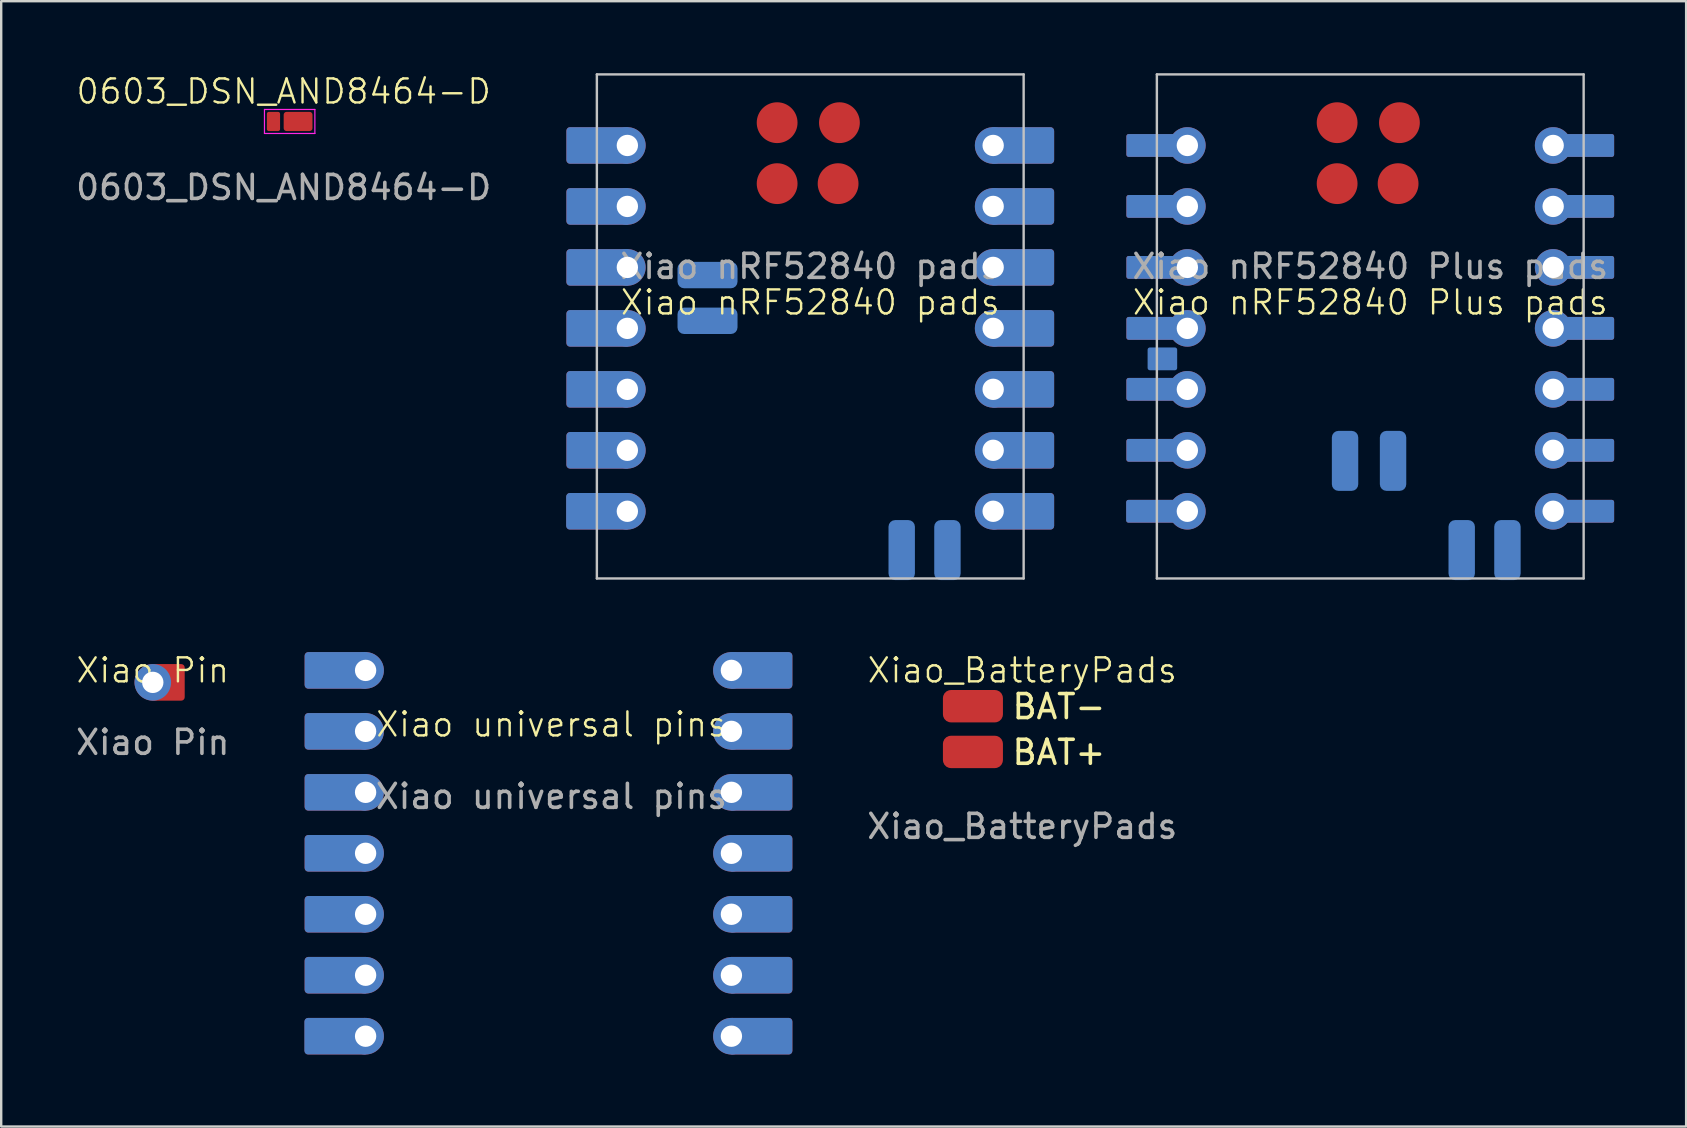
<source format=kicad_pcb>
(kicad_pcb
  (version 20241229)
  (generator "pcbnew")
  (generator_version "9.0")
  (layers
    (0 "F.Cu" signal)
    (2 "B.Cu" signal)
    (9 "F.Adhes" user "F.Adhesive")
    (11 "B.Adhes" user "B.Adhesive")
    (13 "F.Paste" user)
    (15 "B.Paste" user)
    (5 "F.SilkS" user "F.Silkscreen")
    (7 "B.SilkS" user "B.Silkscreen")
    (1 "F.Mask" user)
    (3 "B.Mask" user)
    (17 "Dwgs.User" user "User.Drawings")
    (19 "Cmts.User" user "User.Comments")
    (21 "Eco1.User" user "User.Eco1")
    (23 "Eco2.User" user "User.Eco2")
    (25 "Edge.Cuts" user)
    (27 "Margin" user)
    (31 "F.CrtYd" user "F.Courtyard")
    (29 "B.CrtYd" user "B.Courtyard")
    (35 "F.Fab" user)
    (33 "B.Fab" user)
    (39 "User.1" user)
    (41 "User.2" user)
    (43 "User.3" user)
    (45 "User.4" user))
  (footprint "Xiao nRF52840 Plus pads"
    (layer "F.Cu")
    (at 54.036 5.55)
    (property "Reference" "Xiao nRF52840 Plus pads" (at 0 4 0) (unlocked yes) (layer "F.SilkS") (effects (font (size 1 1) (thickness 0.1))))
    (attr smd)
    (fp_line (start -8.89 -5.5) (end 8.89 -5.5) (stroke (width 0.1) (type default)) (layer "Dwgs.User"))
    (fp_line (start -8.89 15.5) (end -8.89 -5.5) (stroke (width 0.1) (type default)) (layer "Dwgs.User"))
    (fp_line (start 8.89 15.5) (end -8.89 15.5) (stroke (width 0.1) (type default)) (layer "Dwgs.User"))
    (fp_line (start 8.89 15.5) (end 8.89 -5.5) (stroke (width 0.1) (type default)) (layer "Dwgs.User"))
    (fp_text user "${REFERENCE}" (at 0 2.5 0) (unlocked yes) (layer "F.Fab") (effects (font (size 1 1) (thickness 0.15))))
    (pad "1" smd roundrect (at -8.83 -2.54 180) (size 2.66 0.95) (layers "F.Cu" "F.Mask") (roundrect_rratio 0.1))
    (pad "1" smd roundrect (at -8.83 -2.54 180) (size 2.66 0.95) (layers "B.Cu" "B.Mask") (roundrect_rratio 0.1))
    (pad "1" thru_hole circle (at -7.62 -2.54 180) (size 1.524 1.524) (drill 0.889) (layers "*.Cu" "*.Mask"))
    (pad "2" smd roundrect (at -8.83 0 180) (size 2.66 0.95) (layers "F.Cu" "F.Mask") (roundrect_rratio 0.1))
    (pad "2" smd roundrect (at -8.83 0 180) (size 2.66 0.95) (layers "B.Cu" "B.Mask") (roundrect_rratio 0.1))
    (pad "2" thru_hole circle (at -7.62 0 180) (size 1.524 1.524) (drill 0.889) (layers "*.Cu" "*.Mask"))
    (pad "3" smd roundrect (at -8.83 2.54 180) (size 2.66 0.95) (layers "F.Cu" "F.Mask") (roundrect_rratio 0.1))
    (pad "3" smd roundrect (at -8.83 2.54 180) (size 2.66 0.95) (layers "B.Cu" "B.Mask") (roundrect_rratio 0.1))
    (pad "3" thru_hole circle (at -7.62 2.54 180) (size 1.524 1.524) (drill 0.889) (layers "*.Cu" "*.Mask"))
    (pad "4" smd roundrect (at -8.83 5.08 180) (size 2.66 0.95) (layers "F.Cu" "F.Mask") (roundrect_rratio 0.1))
    (pad "4" smd roundrect (at -8.83 5.08 180) (size 2.66 0.95) (layers "B.Cu" "B.Mask") (roundrect_rratio 0.1))
    (pad "4" thru_hole circle (at -7.62 5.08 180) (size 1.524 1.524) (drill 0.889) (layers "*.Cu" "*.Mask"))
    (pad "5" smd roundrect (at -8.83 7.62 180) (size 2.66 0.95) (layers "F.Cu" "F.Mask") (roundrect_rratio 0.1))
    (pad "5" smd roundrect (at -8.83 7.62 180) (size 2.66 0.95) (layers "B.Cu" "B.Mask") (roundrect_rratio 0.1))
    (pad "5" smd roundrect (at -8.66 6.35 180) (size 1.232 0.95) (layers "B.Cu" "B.Mask") (roundrect_rratio 0.1))
    (pad "5" thru_hole circle (at -7.62 7.62 180) (size 1.524 1.524) (drill 0.889) (layers "*.Cu" "*.Mask"))
    (pad "6" smd roundrect (at -8.83 10.16 180) (size 2.66 0.95) (layers "F.Cu" "F.Mask") (roundrect_rratio 0.1))
    (pad "6" smd roundrect (at -8.83 10.16 180) (size 2.66 0.95) (layers "B.Cu" "B.Mask") (roundrect_rratio 0.1))
    (pad "6" thru_hole circle (at -7.62 10.16 180) (size 1.524 1.524) (drill 0.889) (layers "*.Cu" "*.Mask"))
    (pad "7" smd roundrect (at -8.84 12.7 180) (size 2.66 0.95) (layers "B.Cu" "B.Mask") (roundrect_rratio 0.1))
    (pad "7" smd roundrect (at -8.83 12.7 180) (size 2.66 0.95) (layers "F.Cu" "F.Mask") (roundrect_rratio 0.1))
    (pad "7" thru_hole circle (at -7.62 12.7 180) (size 1.524 1.524) (drill 0.889) (layers "*.Cu" "*.Mask"))
    (pad "8" thru_hole circle (at 7.62 -2.54) (size 1.524 1.524) (drill 0.889) (layers "*.Cu" "*.Mask"))
    (pad "8" smd roundrect (at 8.83 -2.54) (size 2.66 0.95) (layers "F.Cu" "F.Mask") (roundrect_rratio 0.1))
    (pad "8" smd roundrect (at 8.83 -2.54) (size 2.66 0.95) (layers "B.Cu" "B.Mask") (roundrect_rratio 0.1))
    (pad "9" thru_hole circle (at 7.62 0) (size 1.524 1.524) (drill 0.889) (layers "*.Cu" "*.Mask"))
    (pad "9" smd roundrect (at 8.83 0) (size 2.66 0.95) (layers "F.Cu" "F.Mask") (roundrect_rratio 0.1))
    (pad "9" smd roundrect (at 8.83 0) (size 2.66 0.95) (layers "B.Cu" "B.Mask") (roundrect_rratio 0.1))
    (pad "10" thru_hole circle (at 7.62 2.54) (size 1.524 1.524) (drill 0.889) (layers "*.Cu" "*.Mask"))
    (pad "10" smd roundrect (at 8.83 2.54) (size 2.66 0.95) (layers "F.Cu" "F.Mask") (roundrect_rratio 0.1))
    (pad "10" smd roundrect (at 8.83 2.54) (size 2.66 0.95) (layers "B.Cu" "B.Mask") (roundrect_rratio 0.1))
    (pad "11" thru_hole circle (at 7.62 5.08) (size 1.524 1.524) (drill 0.889) (layers "*.Cu" "*.Mask"))
    (pad "11" smd roundrect (at 8.83 5.08) (size 2.66 0.95) (layers "F.Cu" "F.Mask") (roundrect_rratio 0.1))
    (pad "11" smd roundrect (at 8.83 5.08) (size 2.66 0.95) (layers "B.Cu" "B.Mask") (roundrect_rratio 0.1))
    (pad "12" thru_hole circle (at 7.62 7.62) (size 1.524 1.524) (drill 0.889) (layers "*.Cu" "*.Mask"))
    (pad "12" smd roundrect (at 8.83 7.62) (size 2.66 0.95) (layers "F.Cu" "F.Mask") (roundrect_rratio 0.1))
    (pad "12" smd roundrect (at 8.83 7.62) (size 2.66 0.95) (layers "B.Cu" "B.Mask") (roundrect_rratio 0.1))
    (pad "13" thru_hole circle (at 7.62 10.16) (size 1.524 1.524) (drill 0.889) (layers "*.Cu" "*.Mask"))
    (pad "13" smd roundrect (at 8.83 10.16) (size 2.66 0.95) (layers "F.Cu" "F.Mask") (roundrect_rratio 0.1))
    (pad "13" smd roundrect (at 8.83 10.16) (size 2.66 0.95) (layers "B.Cu" "B.Mask") (roundrect_rratio 0.1))
    (pad "14" thru_hole circle (at 7.62 12.7) (size 1.524 1.524) (drill 0.889) (layers "*.Cu" "*.Mask"))
    (pad "14" smd roundrect (at 8.83 12.7) (size 2.66 0.95) (layers "F.Cu" "F.Mask") (roundrect_rratio 0.1))
    (pad "14" smd roundrect (at 8.83 12.7) (size 2.66 0.95) (layers "B.Cu" "B.Mask") (roundrect_rratio 0.1))
    (pad "15" smd roundrect (at -1.05 10.6 270) (size 2.5 1.1) (layers "B.Cu" "B.Mask" "B.Paste") (roundrect_rratio 0.25))
    (pad "16" smd roundrect (at 0.95 10.6 270) (size 2.5 1.1) (layers "B.Cu" "B.Mask" "B.Paste") (roundrect_rratio 0.25))
    (pad "17" smd roundrect (at 3.81 14.317 90) (size 2.5 1.1) (layers "B.Cu" "B.Mask" "B.Paste") (roundrect_rratio 0.25))
    (pad "18" smd roundrect (at 5.715 14.317 90) (size 2.5 1.1) (layers "B.Cu" "B.Mask" "B.Paste") (roundrect_rratio 0.25))
    (pad "19" smd circle (at -1.38 -3.489) (size 1.7 1.7) (layers "F.Cu" "F.Mask" "F.Paste"))
    (pad "20" smd circle (at 1.215 -3.489) (size 1.7 1.7) (layers "F.Cu" "F.Mask" "F.Paste"))
    (pad "21" smd circle (at -1.38 -0.949) (size 1.7 1.7) (layers "F.Cu" "F.Mask" "F.Paste"))
    (pad "22" smd circle (at 1.16 -0.949) (size 1.7 1.7) (layers "F.Cu" "F.Mask" "F.Paste")))
  (footprint "Xiao nRF52840 pads"
    (layer "F.Cu")
    (at 30.706 5.55)
    (property "Reference" "Xiao nRF52840 pads" (at 0 4 0) (unlocked yes) (layer "F.SilkS") (effects (font (size 1 1) (thickness 0.1))))
    (attr smd)
    (fp_line (start -8.89 -5.5) (end 8.89 -5.5) (stroke (width 0.1) (type default)) (layer "Dwgs.User"))
    (fp_line (start -8.89 15.5) (end -8.89 -5.5) (stroke (width 0.1) (type default)) (layer "Dwgs.User"))
    (fp_line (start 8.89 15.5) (end -8.89 15.5) (stroke (width 0.1) (type default)) (layer "Dwgs.User"))
    (fp_line (start 8.89 15.5) (end 8.89 -5.5) (stroke (width 0.1) (type default)) (layer "Dwgs.User"))
    (fp_text user "${REFERENCE}" (at 0 2.5 0) (unlocked yes) (layer "F.Fab") (effects (font (size 1 1) (thickness 0.15))))
    (pad "1" smd roundrect (at -8.83 -2.54 180) (size 2.66 1.524) (layers "F.Cu" "F.Mask") (roundrect_rratio 0.1))
    (pad "1" smd roundrect (at -8.83 -2.54 180) (size 2.66 1.524) (layers "B.Cu" "B.Mask") (roundrect_rratio 0.1))
    (pad "1" thru_hole circle (at -7.62 -2.54 180) (size 1.524 1.524) (drill 0.889) (layers "*.Cu" "*.Mask"))
    (pad "2" smd roundrect (at -8.83 0 180) (size 2.66 1.524) (layers "F.Cu" "F.Mask") (roundrect_rratio 0.1))
    (pad "2" smd roundrect (at -8.83 0 180) (size 2.66 1.524) (layers "B.Cu" "B.Mask") (roundrect_rratio 0.1))
    (pad "2" thru_hole circle (at -7.62 0 180) (size 1.524 1.524) (drill 0.889) (layers "*.Cu" "*.Mask"))
    (pad "3" smd roundrect (at -8.83 2.54 180) (size 2.66 1.524) (layers "F.Cu" "F.Mask") (roundrect_rratio 0.1))
    (pad "3" smd roundrect (at -8.83 2.54 180) (size 2.66 1.524) (layers "B.Cu" "B.Mask") (roundrect_rratio 0.1))
    (pad "3" thru_hole circle (at -7.62 2.54 180) (size 1.524 1.524) (drill 0.889) (layers "*.Cu" "*.Mask"))
    (pad "4" smd roundrect (at -8.83 5.08 180) (size 2.66 1.524) (layers "F.Cu" "F.Mask") (roundrect_rratio 0.1))
    (pad "4" smd roundrect (at -8.83 5.08 180) (size 2.66 1.524) (layers "B.Cu" "B.Mask") (roundrect_rratio 0.1))
    (pad "4" thru_hole circle (at -7.62 5.08 180) (size 1.524 1.524) (drill 0.889) (layers "*.Cu" "*.Mask"))
    (pad "5" smd roundrect (at -8.83 7.62 180) (size 2.66 1.524) (layers "F.Cu" "F.Mask") (roundrect_rratio 0.1))
    (pad "5" smd roundrect (at -8.83 7.62 180) (size 2.66 1.524) (layers "B.Cu" "B.Mask") (roundrect_rratio 0.1))
    (pad "5" thru_hole circle (at -7.62 7.62 180) (size 1.524 1.524) (drill 0.889) (layers "*.Cu" "*.Mask"))
    (pad "6" smd roundrect (at -8.83 10.16 180) (size 2.66 1.524) (layers "F.Cu" "F.Mask") (roundrect_rratio 0.1))
    (pad "6" smd roundrect (at -8.83 10.16 180) (size 2.66 1.524) (layers "B.Cu" "B.Mask") (roundrect_rratio 0.1))
    (pad "6" thru_hole circle (at -7.62 10.16 180) (size 1.524 1.524) (drill 0.889) (layers "*.Cu" "*.Mask"))
    (pad "7" smd roundrect (at -8.84 12.7 180) (size 2.66 1.524) (layers "B.Cu" "B.Mask") (roundrect_rratio 0.1))
    (pad "7" smd roundrect (at -8.83 12.7 180) (size 2.66 1.524) (layers "F.Cu" "F.Mask") (roundrect_rratio 0.1))
    (pad "7" thru_hole circle (at -7.62 12.7 180) (size 1.524 1.524) (drill 0.889) (layers "*.Cu" "*.Mask"))
    (pad "8" thru_hole circle (at 7.62 -2.54) (size 1.524 1.524) (drill 0.889) (layers "*.Cu" "*.Mask"))
    (pad "8" smd roundrect (at 8.83 -2.54) (size 2.66 1.524) (layers "F.Cu" "F.Mask") (roundrect_rratio 0.1))
    (pad "8" smd roundrect (at 8.83 -2.54) (size 2.66 1.524) (layers "B.Cu" "B.Mask") (roundrect_rratio 0.1))
    (pad "9" thru_hole circle (at 7.62 0) (size 1.524 1.524) (drill 0.889) (layers "*.Cu" "*.Mask"))
    (pad "9" smd roundrect (at 8.83 0) (size 2.66 1.524) (layers "F.Cu" "F.Mask") (roundrect_rratio 0.1))
    (pad "9" smd roundrect (at 8.83 0) (size 2.66 1.524) (layers "B.Cu" "B.Mask") (roundrect_rratio 0.1))
    (pad "10" thru_hole circle (at 7.62 2.54) (size 1.524 1.524) (drill 0.889) (layers "*.Cu" "*.Mask"))
    (pad "10" smd roundrect (at 8.83 2.54) (size 2.66 1.524) (layers "F.Cu" "F.Mask") (roundrect_rratio 0.1))
    (pad "10" smd roundrect (at 8.83 2.54) (size 2.66 1.524) (layers "B.Cu" "B.Mask") (roundrect_rratio 0.1))
    (pad "11" thru_hole circle (at 7.62 5.08) (size 1.524 1.524) (drill 0.889) (layers "*.Cu" "*.Mask"))
    (pad "11" smd roundrect (at 8.83 5.08) (size 2.66 1.524) (layers "F.Cu" "F.Mask") (roundrect_rratio 0.1))
    (pad "11" smd roundrect (at 8.83 5.08) (size 2.66 1.524) (layers "B.Cu" "B.Mask") (roundrect_rratio 0.1))
    (pad "12" thru_hole circle (at 7.62 7.62) (size 1.524 1.524) (drill 0.889) (layers "*.Cu" "*.Mask"))
    (pad "12" smd roundrect (at 8.83 7.62) (size 2.66 1.524) (layers "F.Cu" "F.Mask") (roundrect_rratio 0.1))
    (pad "12" smd roundrect (at 8.83 7.62) (size 2.66 1.524) (layers "B.Cu" "B.Mask") (roundrect_rratio 0.1))
    (pad "13" thru_hole circle (at 7.62 10.16) (size 1.524 1.524) (drill 0.889) (layers "*.Cu" "*.Mask"))
    (pad "13" smd roundrect (at 8.83 10.16) (size 2.66 1.524) (layers "F.Cu" "F.Mask") (roundrect_rratio 0.1))
    (pad "13" smd roundrect (at 8.83 10.16) (size 2.66 1.524) (layers "B.Cu" "B.Mask") (roundrect_rratio 0.1))
    (pad "14" thru_hole circle (at 7.62 12.7) (size 1.524 1.524) (drill 0.889) (layers "*.Cu" "*.Mask"))
    (pad "14" smd roundrect (at 8.83 12.7) (size 2.66 1.524) (layers "F.Cu" "F.Mask") (roundrect_rratio 0.1))
    (pad "14" smd roundrect (at 8.83 12.7) (size 2.66 1.524) (layers "B.Cu" "B.Mask") (roundrect_rratio 0.1))
    (pad "15" smd roundrect (at -4.28 4.765 180) (size 2.5 1.1) (layers "B.Cu" "B.Mask" "B.Paste") (roundrect_rratio 0.25))
    (pad "16" smd roundrect (at -4.28 2.86 180) (size 2.5 1.1) (layers "B.Cu" "B.Mask" "B.Paste") (roundrect_rratio 0.25))
    (pad "17" smd roundrect (at 3.81 14.317 90) (size 2.5 1.1) (layers "B.Cu" "B.Mask" "B.Paste") (roundrect_rratio 0.25))
    (pad "18" smd roundrect (at 5.715 14.317 90) (size 2.5 1.1) (layers "B.Cu" "B.Mask" "B.Paste") (roundrect_rratio 0.25))
    (pad "19" smd circle (at -1.38 -3.489) (size 1.7 1.7) (layers "F.Cu" "F.Mask" "F.Paste"))
    (pad "20" smd circle (at 1.215 -3.489) (size 1.7 1.7) (layers "F.Cu" "F.Mask" "F.Paste"))
    (pad "21" smd circle (at -1.38 -0.949) (size 1.7 1.7) (layers "F.Cu" "F.Mask" "F.Paste"))
    (pad "22" smd circle (at 1.16 -0.949) (size 1.7 1.7) (layers "F.Cu" "F.Mask" "F.Paste")))
  (footprint "Xiao Pin"
    (layer "F.Cu")
    (at 3.315 25.378)
    (property "Reference" "Xiao Pin" (at 0 -0.5 0) (unlocked yes) (layer "F.SilkS") (effects (font (size 1 1) (thickness 0.1))))
    (attr smd)
    (fp_text user "${REFERENCE}" (at 0 2.5 0) (unlocked yes) (layer "F.Fab") (effects (font (size 1 1) (thickness 0.15))))
    (pad "1" thru_hole circle (at 0 0) (size 1.524 1.524) (drill 0.889) (layers "*.Cu" "*.Mask"))
    (pad "1" smd roundrect (at 0.605 0) (size 1.45 1.524) (layers "F.Cu" "F.Mask") (roundrect_rratio 0.1)))
  (footprint "0603_DSN_AND8464-D"
    (layer "F.Cu")
    (at 8.768 2.01)
    (property "Reference" "0603_DSN_AND8464-D" (at 0 -1.25 0) (unlocked yes) (layer "F.SilkS") (effects (font (size 1 1) (thickness 0.1))))
    (attr smd)
    (fp_line (start -0.8 -0.5) (end 1.3 -0.5) (stroke (width 0.05) (type default)) (layer "F.CrtYd"))
    (fp_line (start -0.8 0.5) (end -0.8 -0.5) (stroke (width 0.05) (type default)) (layer "F.CrtYd"))
    (fp_line (start 1.3 -0.5) (end 1.3 0.5) (stroke (width 0.05) (type default)) (layer "F.CrtYd"))
    (fp_line (start 1.3 0.5) (end -0.8 0.5) (stroke (width 0.05) (type default)) (layer "F.CrtYd"))
    (fp_text user "${REFERENCE}" (at 0 2.75 0) (unlocked yes) (layer "F.Fab") (effects (font (size 1 1) (thickness 0.15))))
    (pad "1" smd roundrect (at -0.425 0) (size 0.55 0.8) (layers "F.Cu" "F.Mask" "F.Paste") (roundrect_rratio 0.15))
    (pad "2" smd roundrect (at 0.6 0) (size 1.2 0.8) (layers "F.Cu" "F.Mask" "F.Paste") (roundrect_rratio 0.15)))
  (footprint "Xiao universal pins"
    (layer "F.Cu")
    (at 19.801 27.419)
    (property "Reference" "Xiao universal pins" (at 0.12 -0.29 0) (unlocked yes) (layer "F.SilkS") (effects (font (size 1 1) (thickness 0.1))))
    (attr smd)
    (fp_text user "${REFERENCE}" (at 0.12 2.71 0) (unlocked yes) (layer "F.Fab") (effects (font (size 1 1) (thickness 0.15))))
    (pad "1" smd roundrect (at -8.83 -2.54 180) (size 2.66 1.524) (layers "F.Cu" "F.Mask") (roundrect_rratio 0.1))
    (pad "1" smd roundrect (at -8.83 -2.54 180) (size 2.66 1.524) (layers "B.Cu" "B.Mask") (roundrect_rratio 0.1))
    (pad "1" thru_hole circle (at -7.62 -2.54 180) (size 1.524 1.524) (drill 0.889) (layers "*.Cu" "*.Mask"))
    (pad "2" smd roundrect (at -8.83 0 180) (size 2.66 1.524) (layers "F.Cu" "F.Mask") (roundrect_rratio 0.1))
    (pad "2" smd roundrect (at -8.83 0 180) (size 2.66 1.524) (layers "B.Cu" "B.Mask") (roundrect_rratio 0.1))
    (pad "2" thru_hole circle (at -7.62 0 180) (size 1.524 1.524) (drill 0.889) (layers "*.Cu" "*.Mask"))
    (pad "3" smd roundrect (at -8.83 2.54 180) (size 2.66 1.524) (layers "F.Cu" "F.Mask") (roundrect_rratio 0.1))
    (pad "3" smd roundrect (at -8.83 2.54 180) (size 2.66 1.524) (layers "B.Cu" "B.Mask") (roundrect_rratio 0.1))
    (pad "3" thru_hole circle (at -7.62 2.54 180) (size 1.524 1.524) (drill 0.889) (layers "*.Cu" "*.Mask"))
    (pad "4" smd roundrect (at -8.83 5.08 180) (size 2.66 1.524) (layers "F.Cu" "F.Mask") (roundrect_rratio 0.1))
    (pad "4" smd roundrect (at -8.83 5.08 180) (size 2.66 1.524) (layers "B.Cu" "B.Mask") (roundrect_rratio 0.1))
    (pad "4" thru_hole circle (at -7.62 5.08 180) (size 1.524 1.524) (drill 0.889) (layers "*.Cu" "*.Mask"))
    (pad "5" smd roundrect (at -8.83 7.62 180) (size 2.66 1.524) (layers "F.Cu" "F.Mask") (roundrect_rratio 0.1))
    (pad "5" smd roundrect (at -8.83 7.62 180) (size 2.66 1.524) (layers "B.Cu" "B.Mask") (roundrect_rratio 0.1))
    (pad "5" thru_hole circle (at -7.62 7.62 180) (size 1.524 1.524) (drill 0.889) (layers "*.Cu" "*.Mask"))
    (pad "6" smd roundrect (at -8.83 10.16 180) (size 2.66 1.524) (layers "F.Cu" "F.Mask") (roundrect_rratio 0.1))
    (pad "6" smd roundrect (at -8.83 10.16 180) (size 2.66 1.524) (layers "B.Cu" "B.Mask") (roundrect_rratio 0.1))
    (pad "6" thru_hole circle (at -7.62 10.16 180) (size 1.524 1.524) (drill 0.889) (layers "*.Cu" "*.Mask"))
    (pad "7" smd roundrect (at -8.84 12.7 180) (size 2.66 1.524) (layers "B.Cu" "B.Mask") (roundrect_rratio 0.1))
    (pad "7" smd roundrect (at -8.83 12.7 180) (size 2.66 1.524) (layers "F.Cu" "F.Mask") (roundrect_rratio 0.1))
    (pad "7" thru_hole circle (at -7.62 12.7 180) (size 1.524 1.524) (drill 0.889) (layers "*.Cu" "*.Mask"))
    (pad "8" thru_hole circle (at 7.62 -2.54) (size 1.524 1.524) (drill 0.889) (layers "*.Cu" "*.Mask"))
    (pad "8" smd roundrect (at 8.83 -2.54) (size 2.66 1.524) (layers "F.Cu" "F.Mask") (roundrect_rratio 0.1))
    (pad "8" smd roundrect (at 8.83 -2.54) (size 2.66 1.524) (layers "B.Cu" "B.Mask") (roundrect_rratio 0.1))
    (pad "9" thru_hole circle (at 7.62 0) (size 1.524 1.524) (drill 0.889) (layers "*.Cu" "*.Mask"))
    (pad "9" smd roundrect (at 8.83 0) (size 2.66 1.524) (layers "F.Cu" "F.Mask") (roundrect_rratio 0.1))
    (pad "9" smd roundrect (at 8.83 0) (size 2.66 1.524) (layers "B.Cu" "B.Mask") (roundrect_rratio 0.1))
    (pad "10" thru_hole circle (at 7.62 2.54) (size 1.524 1.524) (drill 0.889) (layers "*.Cu" "*.Mask"))
    (pad "10" smd roundrect (at 8.83 2.54) (size 2.66 1.524) (layers "F.Cu" "F.Mask") (roundrect_rratio 0.1))
    (pad "10" smd roundrect (at 8.83 2.54) (size 2.66 1.524) (layers "B.Cu" "B.Mask") (roundrect_rratio 0.1))
    (pad "11" thru_hole circle (at 7.62 5.08) (size 1.524 1.524) (drill 0.889) (layers "*.Cu" "*.Mask"))
    (pad "11" smd roundrect (at 8.83 5.08) (size 2.66 1.524) (layers "F.Cu" "F.Mask") (roundrect_rratio 0.1))
    (pad "11" smd roundrect (at 8.83 5.08) (size 2.66 1.524) (layers "B.Cu" "B.Mask") (roundrect_rratio 0.1))
    (pad "12" thru_hole circle (at 7.62 7.62) (size 1.524 1.524) (drill 0.889) (layers "*.Cu" "*.Mask"))
    (pad "12" smd roundrect (at 8.83 7.62) (size 2.66 1.524) (layers "F.Cu" "F.Mask") (roundrect_rratio 0.1))
    (pad "12" smd roundrect (at 8.83 7.62) (size 2.66 1.524) (layers "B.Cu" "B.Mask") (roundrect_rratio 0.1))
    (pad "13" thru_hole circle (at 7.62 10.16) (size 1.524 1.524) (drill 0.889) (layers "*.Cu" "*.Mask"))
    (pad "13" smd roundrect (at 8.83 10.16) (size 2.66 1.524) (layers "F.Cu" "F.Mask") (roundrect_rratio 0.1))
    (pad "13" smd roundrect (at 8.83 10.16) (size 2.66 1.524) (layers "B.Cu" "B.Mask") (roundrect_rratio 0.1))
    (pad "14" thru_hole circle (at 7.62 12.7) (size 1.524 1.524) (drill 0.889) (layers "*.Cu" "*.Mask"))
    (pad "14" smd roundrect (at 8.83 12.7) (size 2.66 1.524) (layers "F.Cu" "F.Mask") (roundrect_rratio 0.1))
    (pad "14" smd roundrect (at 8.83 12.7) (size 2.66 1.524) (layers "B.Cu" "B.Mask") (roundrect_rratio 0.1)))
  (footprint "Xiao_BatteryPads"
    (layer "F.Cu")
    (at 39.538 25.378)
    (property "Reference" "Xiao_BatteryPads" (at 0 -0.5 0) (unlocked yes) (layer "F.SilkS") (effects (font (size 1 1) (thickness 0.1))))
    (attr smd)
    (fp_text user "BAT-" (at -0.5 1.595 0) (unlocked yes) (layer "F.SilkS") (effects (font (size 1 1) (thickness 0.15)) (justify left bottom)))
    (fp_text user "BAT+" (at -0.5 3.5 0) (unlocked yes) (layer "F.SilkS") (effects (font (size 1 1) (thickness 0.15)) (justify left bottom)))
    (fp_text user "${REFERENCE}" (at 0 6 0) (unlocked yes) (layer "F.Fab") (effects (font (size 1 1) (thickness 0.15))))
    (pad "1" smd roundrect (at -2.055 0.993) (size 2.5 1.35) (layers "F.Cu" "F.Mask" "F.Paste") (roundrect_rratio 0.25))
    (pad "2" smd roundrect (at -2.055 2.898) (size 2.5 1.35) (layers "F.Cu" "F.Mask" "F.Paste") (roundrect_rratio 0.25)))
  (gr_rect
    (start -3 -3)
    (end 67.196 43.881)
    (stroke (width 0.1) (type default))
    (fill no)
    (layer "Edge.Cuts")))
</source>
